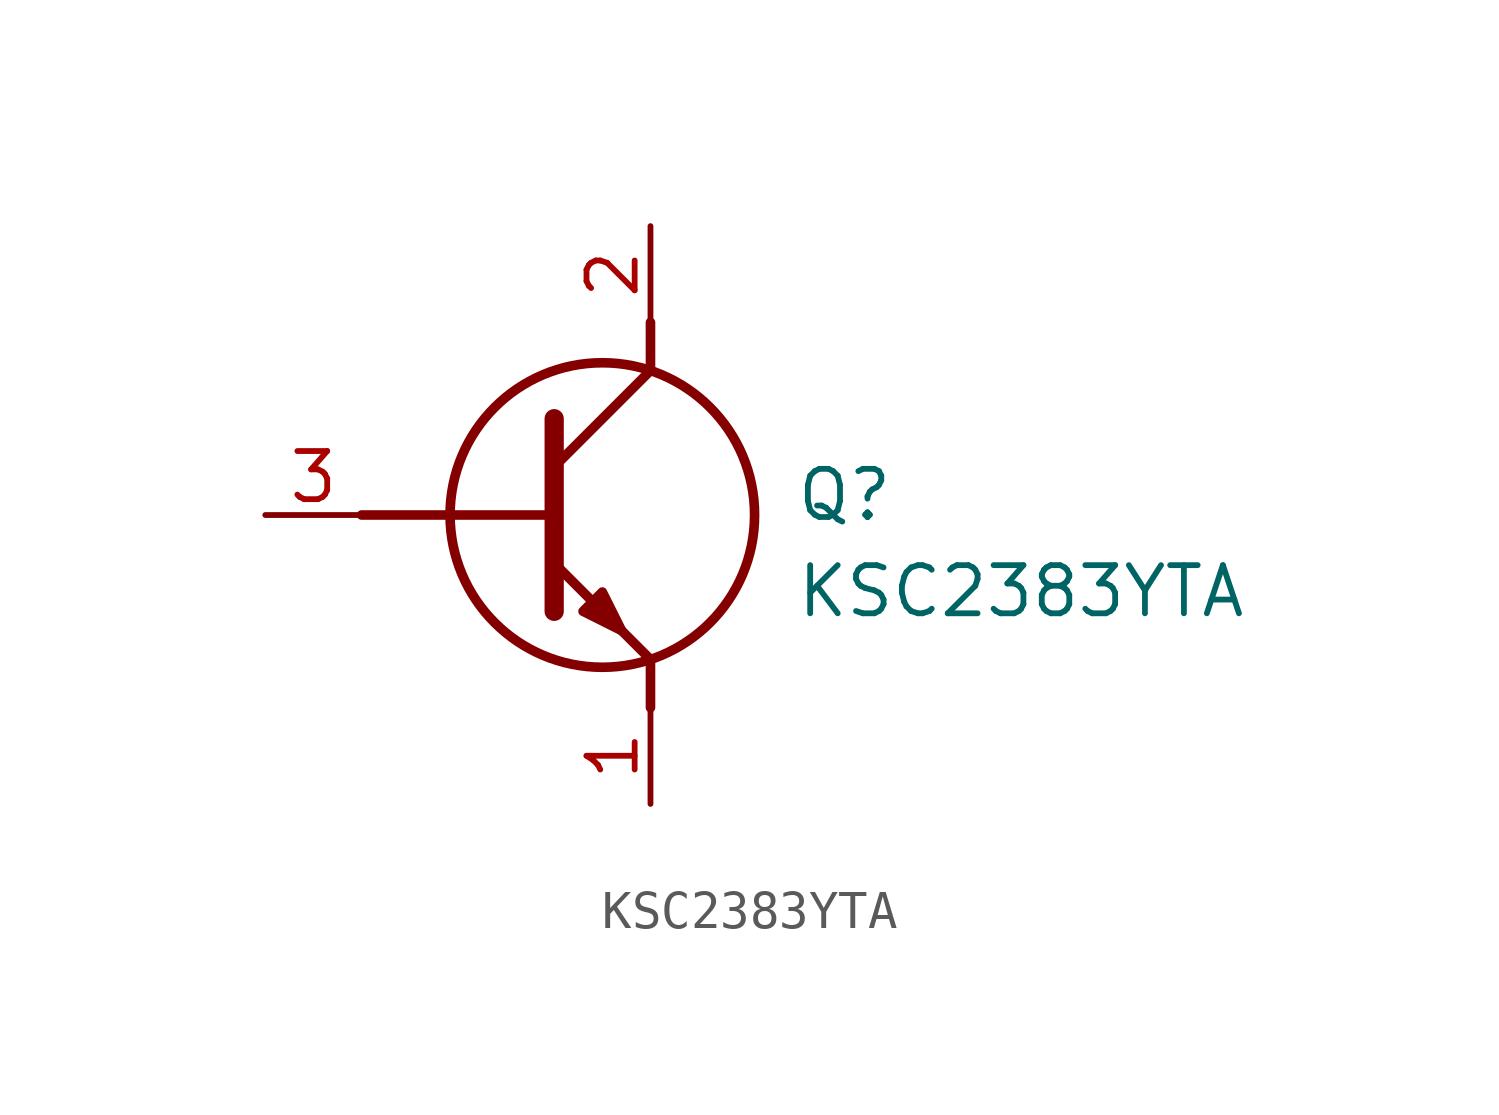
<source format=kicad_sym>
(kicad_symbol_lib
  (version 20211014)
  (generator SamacSys_ECAD_Model)
  (symbol "KSC2383YTA"
    (pin_names hide)
    (property "Reference" "Q"
      (at 13.97 1.27 0)
      (effects (font (size 1.27 1.27)) (justify left top)))
    (property "Value" "KSC2383YTA"
      (at 13.97 -1.27 0)
      (effects (font (size 1.27 1.27)) (justify left top)))
    (polyline
      (pts (xy 7.62 2.54) (xy 7.62 -2.54))
      (stroke (width 0.508) (type default))
      (fill (type none)))
    (polyline
      (pts (xy 7.62 1.27) (xy 10.16 3.81))
      (stroke (width 0.254) (type default))
      (fill (type none)))
    (polyline
      (pts (xy 7.62 -1.27) (xy 10.16 -3.81))
      (stroke (width 0.254) (type default))
      (fill (type none)))
    (polyline
      (pts (xy 10.16 -3.81) (xy 10.16 -5.08))
      (stroke (width 0.254) (type default))
      (fill (type none)))
    (polyline
      (pts (xy 10.16 3.81) (xy 10.16 5.08))
      (stroke (width 0.254) (type default))
      (fill (type none)))
    (polyline
      (pts (xy 2.54 0) (xy 7.62 0))
      (stroke (width 0.254) (type default))
      (fill (type none)))
    (circle
      (center 8.89 0)
      (radius 4.016)
      (stroke (width 0.254) (type default))
      (fill (type none)))
    (polyline
      (pts (xy 8.382 -2.54) (xy 8.89 -2.032) (xy 9.398 -3.048) (xy 8.382 -2.54))
      (stroke (width 0.254) (type default))
      (fill (type outline)))
    (pin passive line
      (at 0 0 0)
      (length 2.54)
      (name "B" (effects (font (size 1.27 1.27))))
      (number "3" (effects (font (size 1.27 1.27)))))
    (pin passive line
      (at 10.16 -7.62 90)
      (length 2.54)
      (name "E" (effects (font (size 1.27 1.27))))
      (number "1" (effects (font (size 1.27 1.27)))))
    (pin passive line
      (at 10.16 7.62 270)
      (length 2.54)
      (name "C" (effects (font (size 1.27 1.27))))
      (number "2" (effects (font (size 1.27 1.27)))))))
</source>
